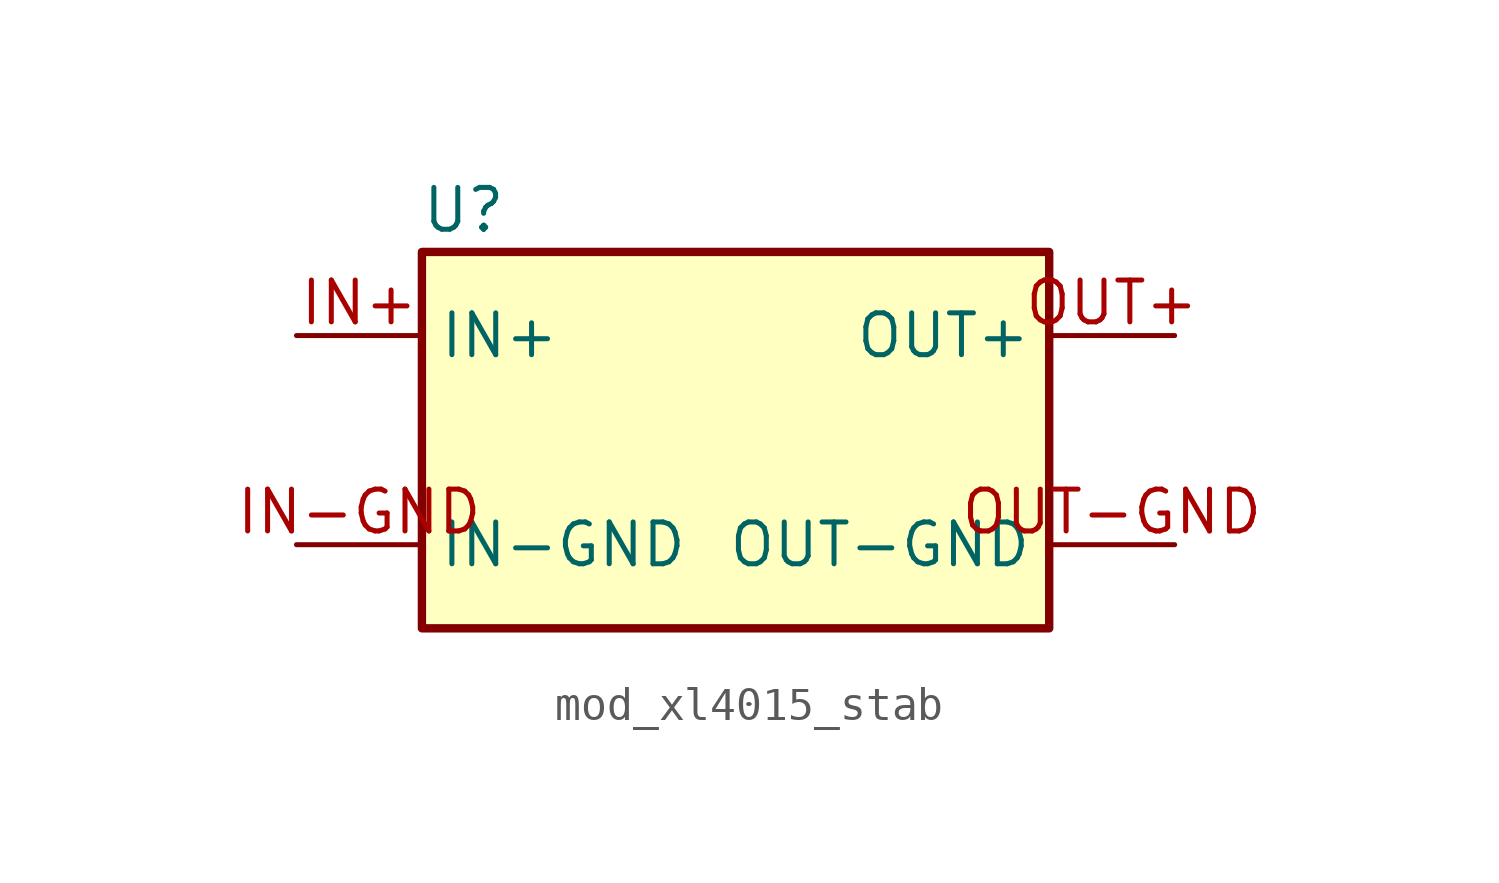
<source format=kicad_sym>
(kicad_symbol_lib
  (version 20220914)
  (generator kicad_symbol_editor)
  (symbol "mod_xl4015_stab"
    (property "Reference" "U"
      (at 0 0 0)
      (effects (font (size 1.27 1.27))))
    (property "Value" ""
      (at 0 0 0)
      (effects (font (size 1.27 1.27))))
    (symbol "mod_xl4015_stab_1_1"
      (rectangle (start -1.27 -1.27) (end 17.78 -12.7) (stroke (width 0.254) (type default)) (fill (type background)))
      (pin power_in line (at -5.08 -3.81 0) (length 3.81) (name "IN+" (effects (font (size 1.27 1.27)))) (number "IN+" (effects (font (size 1.27 1.27)))))
      (pin power_in line (at -5.08 -10.16 0) (length 3.81) (name "IN-GND" (effects (font (size 1.27 1.27)))) (number "IN-GND" (effects (font (size 1.27 1.27)))))
      (pin power_out line (at 21.59 -3.81 180) (length 3.81) (name "OUT+" (effects (font (size 1.27 1.27)))) (number "OUT+" (effects (font (size 1.27 1.27)))))
      (pin power_out line (at 21.59 -10.16 180) (length 3.81) (name "OUT-GND" (effects (font (size 1.27 1.27)))) (number "OUT-GND" (effects (font (size 1.27 1.27))))))))
</source>
